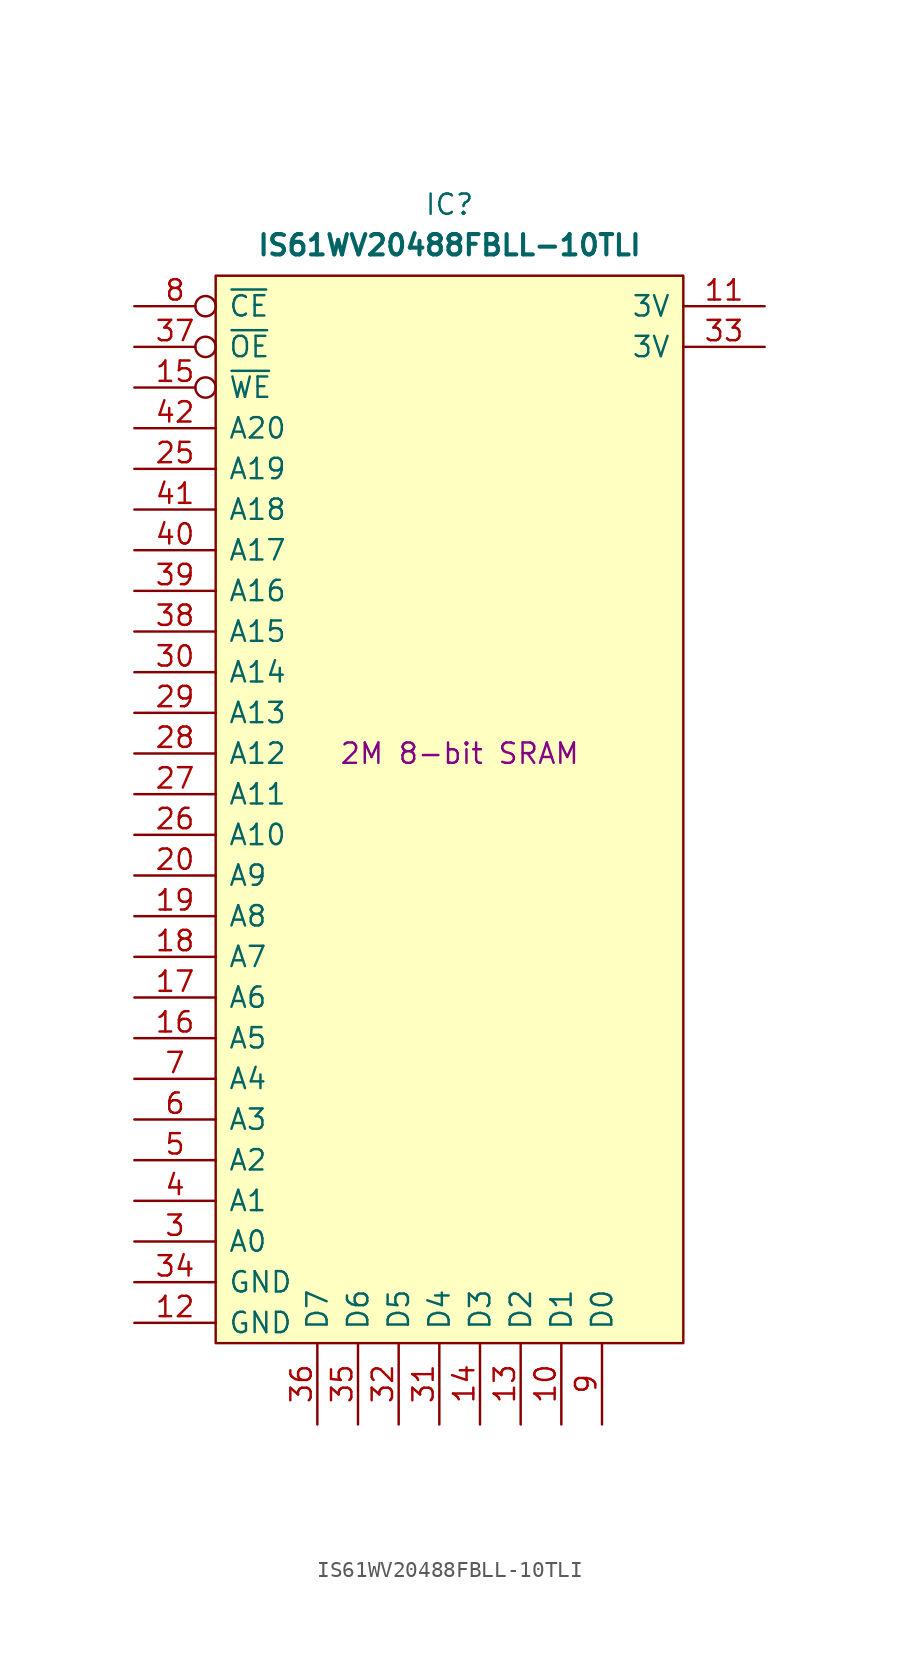
<source format=kicad_sym>
(kicad_symbol_lib
  (version 20220914)
  (generator kicad_symbol_editor)
  (symbol "IS61WV20488FBLL-10TLI"
    (pin_names
      (offset 0.762))
    (property "Reference" "IC"
      (at 19.685 6.35 0)
      (effects (font (size 1.27 1.27))))
    (property "Value" "IS61WV20488FBLL-10TLI"
      (at 19.685 3.81 0)
      (effects (font (size 1.27 1.27) bold)))
    (property "Description" "2M 8-bit SRAM"
      (at 20.32 -27.94 0)
      (effects (font (size 1.27 1.27))))
    (symbol "IS61WV20488FBLL-10TLI_0_0"
      (pin input inverted (at 0 -5.08 0) (length 5.08) (name "~{WE}" (effects (font (size 1.27 1.27)))) (number "15" (effects (font (size 1.27 1.27)))))
      (pin input line (at 0 -45.72 0) (length 5.08) (name "A5" (effects (font (size 1.27 1.27)))) (number "16" (effects (font (size 1.27 1.27)))))
      (pin input line (at 0 -43.18 0) (length 5.08) (name "A6" (effects (font (size 1.27 1.27)))) (number "17" (effects (font (size 1.27 1.27)))))
      (pin input line (at 0 -40.64 0) (length 5.08) (name "A7" (effects (font (size 1.27 1.27)))) (number "18" (effects (font (size 1.27 1.27)))))
      (pin input line (at 0 -38.1 0) (length 5.08) (name "A8" (effects (font (size 1.27 1.27)))) (number "19" (effects (font (size 1.27 1.27)))))
      (pin input line (at 0 -35.56 0) (length 5.08) (name "A9" (effects (font (size 1.27 1.27)))) (number "20" (effects (font (size 1.27 1.27)))))
      (pin input line (at 0 -10.16 0) (length 5.08) (name "A19" (effects (font (size 1.27 1.27)))) (number "25" (effects (font (size 1.27 1.27)))))
      (pin input line (at 0 -33.02 0) (length 5.08) (name "A10" (effects (font (size 1.27 1.27)))) (number "26" (effects (font (size 1.27 1.27)))))
      (pin input line (at 0 -30.48 0) (length 5.08) (name "A11" (effects (font (size 1.27 1.27)))) (number "27" (effects (font (size 1.27 1.27)))))
      (pin input line (at 0 -27.94 0) (length 5.08) (name "A12" (effects (font (size 1.27 1.27)))) (number "28" (effects (font (size 1.27 1.27)))))
      (pin input line (at 0 -25.4 0) (length 5.08) (name "A13" (effects (font (size 1.27 1.27)))) (number "29" (effects (font (size 1.27 1.27)))))
      (pin input line (at 0 -58.42 0) (length 5.08) (name "A0" (effects (font (size 1.27 1.27)))) (number "3" (effects (font (size 1.27 1.27)))))
      (pin input line (at 0 -22.86 0) (length 5.08) (name "A14" (effects (font (size 1.27 1.27)))) (number "30" (effects (font (size 1.27 1.27)))))
      (pin input inverted (at 0 -2.54 0) (length 5.08) (name "~{OE}" (effects (font (size 1.27 1.27)))) (number "37" (effects (font (size 1.27 1.27)))))
      (pin input line (at 0 -20.32 0) (length 5.08) (name "A15" (effects (font (size 1.27 1.27)))) (number "38" (effects (font (size 1.27 1.27)))))
      (pin input line (at 0 -17.78 0) (length 5.08) (name "A16" (effects (font (size 1.27 1.27)))) (number "39" (effects (font (size 1.27 1.27)))))
      (pin input line (at 0 -55.88 0) (length 5.08) (name "A1" (effects (font (size 1.27 1.27)))) (number "4" (effects (font (size 1.27 1.27)))))
      (pin input line (at 0 -15.24 0) (length 5.08) (name "A17" (effects (font (size 1.27 1.27)))) (number "40" (effects (font (size 1.27 1.27)))))
      (pin input line (at 0 -12.7 0) (length 5.08) (name "A18" (effects (font (size 1.27 1.27)))) (number "41" (effects (font (size 1.27 1.27)))))
      (pin input line (at 0 -7.62 0) (length 5.08) (name "A20" (effects (font (size 1.27 1.27)))) (number "42" (effects (font (size 1.27 1.27)))))
      (pin input line (at 0 -53.34 0) (length 5.08) (name "A2" (effects (font (size 1.27 1.27)))) (number "5" (effects (font (size 1.27 1.27)))))
      (pin input line (at 0 -50.8 0) (length 5.08) (name "A3" (effects (font (size 1.27 1.27)))) (number "6" (effects (font (size 1.27 1.27)))))
      (pin input line (at 0 -48.26 0) (length 5.08) (name "A4" (effects (font (size 1.27 1.27)))) (number "7" (effects (font (size 1.27 1.27)))))
      (pin input inverted (at 0 0 0) (length 5.08) (name "~{CE}" (effects (font (size 1.27 1.27)))) (number "8" (effects (font (size 1.27 1.27))))))
    (symbol "IS61WV20488FBLL-10TLI_0_1"
      (polyline (pts (xy 5.08 1.905) (xy 34.29 1.905) (xy 34.29 -64.77) (xy 5.08 -64.77) (xy 5.08 1.905)) (stroke (width 0.152) (type default)) (fill (type background))))
    (symbol "IS61WV20488FBLL-10TLI_1_0"
      (pin passive line (at 39.37 -40.64 180) (length 5.08) hide (name "N.C." (effects (font (size 1.27 1.27)))) (number "1" (effects (font (size 1.27 1.27)))))
      (pin tri_state line (at 26.67 -69.85 90) (length 5.08) (name "D1" (effects (font (size 1.27 1.27)))) (number "10" (effects (font (size 1.27 1.27)))))
      (pin passive line (at 39.37 0 180) (length 5.08) (name "3V" (effects (font (size 1.27 1.27)))) (number "11" (effects (font (size 1.27 1.27)))))
      (pin passive line (at 0 -63.5 0) (length 5.08) (name "GND" (effects (font (size 1.27 1.27)))) (number "12" (effects (font (size 1.27 1.27)))))
      (pin tri_state line (at 24.13 -69.85 90) (length 5.08) (name "D2" (effects (font (size 1.27 1.27)))) (number "13" (effects (font (size 1.27 1.27)))))
      (pin tri_state line (at 21.59 -69.85 90) (length 5.08) (name "D3" (effects (font (size 1.27 1.27)))) (number "14" (effects (font (size 1.27 1.27)))))
      (pin passive line (at 39.37 -43.18 180) (length 5.08) hide (name "N.C." (effects (font (size 1.27 1.27)))) (number "2" (effects (font (size 1.27 1.27)))))
      (pin passive line (at 39.37 -45.72 180) (length 5.08) hide (name "N.C." (effects (font (size 1.27 1.27)))) (number "21" (effects (font (size 1.27 1.27)))))
      (pin passive line (at 39.37 -48.26 180) (length 5.08) hide (name "N.C." (effects (font (size 1.27 1.27)))) (number "22" (effects (font (size 1.27 1.27)))))
      (pin passive line (at 39.37 -58.42 180) (length 5.08) hide (name "N.C." (effects (font (size 1.27 1.27)))) (number "23" (effects (font (size 1.27 1.27)))))
      (pin passive line (at 39.37 -55.88 180) (length 5.08) hide (name "N.C." (effects (font (size 1.27 1.27)))) (number "24" (effects (font (size 1.27 1.27)))))
      (pin tri_state line (at 19.05 -69.85 90) (length 5.08) (name "D4" (effects (font (size 1.27 1.27)))) (number "31" (effects (font (size 1.27 1.27)))))
      (pin tri_state line (at 16.51 -69.85 90) (length 5.08) (name "D5" (effects (font (size 1.27 1.27)))) (number "32" (effects (font (size 1.27 1.27)))))
      (pin passive line (at 39.37 -2.54 180) (length 5.08) (name "3V" (effects (font (size 1.27 1.27)))) (number "33" (effects (font (size 1.27 1.27)))))
      (pin passive line (at 0 -60.96 0) (length 5.08) (name "GND" (effects (font (size 1.27 1.27)))) (number "34" (effects (font (size 1.27 1.27)))))
      (pin tri_state line (at 13.97 -69.85 90) (length 5.08) (name "D6" (effects (font (size 1.27 1.27)))) (number "35" (effects (font (size 1.27 1.27)))))
      (pin tri_state line (at 11.43 -69.85 90) (length 5.08) (name "D7" (effects (font (size 1.27 1.27)))) (number "36" (effects (font (size 1.27 1.27)))))
      (pin passive line (at 39.37 -53.34 180) (length 5.08) hide (name "N.C." (effects (font (size 1.27 1.27)))) (number "43" (effects (font (size 1.27 1.27)))))
      (pin passive line (at 39.37 -50.8 180) (length 5.08) hide (name "N.C." (effects (font (size 1.27 1.27)))) (number "44" (effects (font (size 1.27 1.27)))))
      (pin tri_state line (at 29.21 -69.85 90) (length 5.08) (name "D0" (effects (font (size 1.27 1.27)))) (number "9" (effects (font (size 1.27 1.27))))))))
</source>
